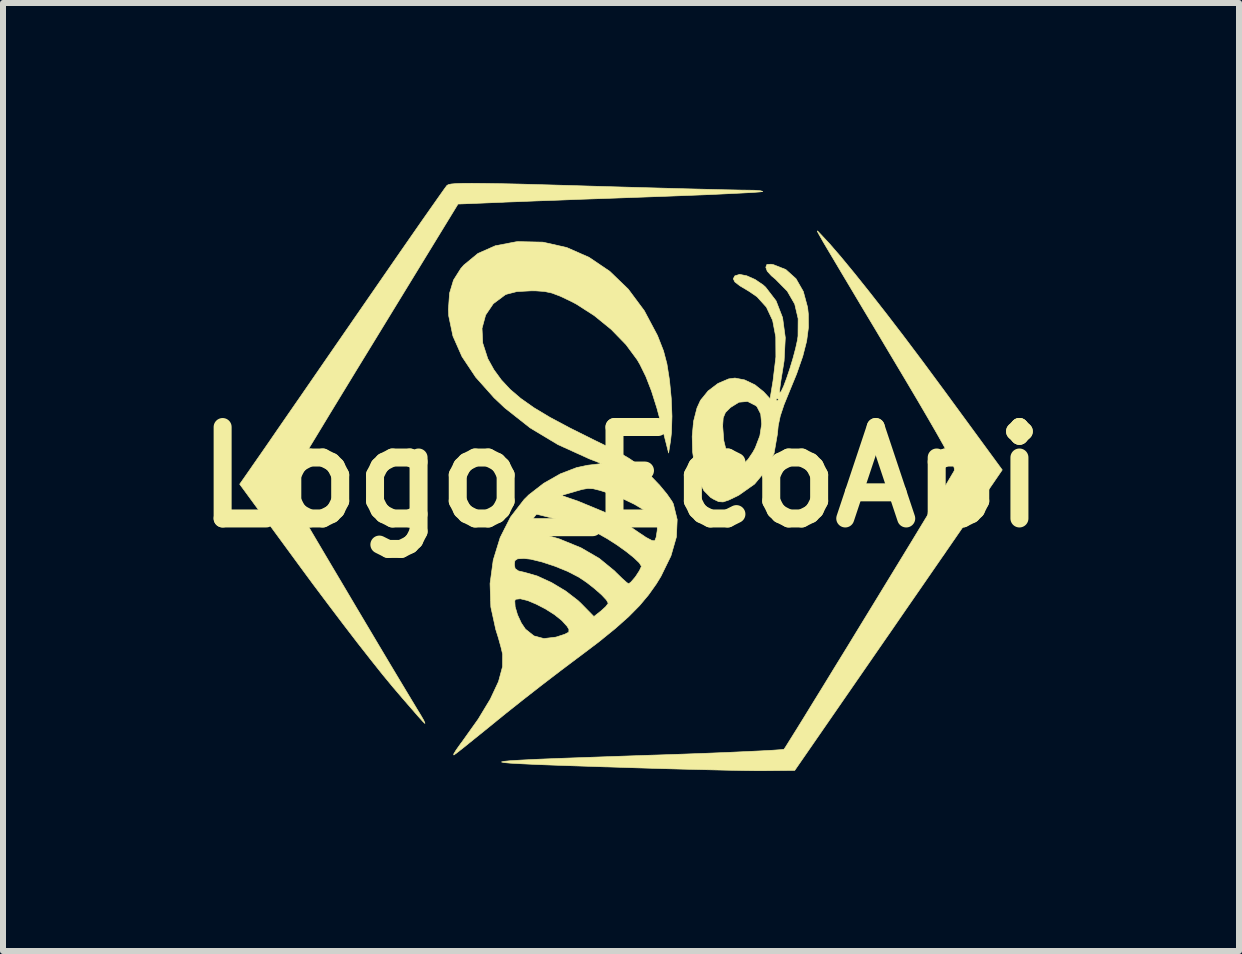
<source format=kicad_pcb>
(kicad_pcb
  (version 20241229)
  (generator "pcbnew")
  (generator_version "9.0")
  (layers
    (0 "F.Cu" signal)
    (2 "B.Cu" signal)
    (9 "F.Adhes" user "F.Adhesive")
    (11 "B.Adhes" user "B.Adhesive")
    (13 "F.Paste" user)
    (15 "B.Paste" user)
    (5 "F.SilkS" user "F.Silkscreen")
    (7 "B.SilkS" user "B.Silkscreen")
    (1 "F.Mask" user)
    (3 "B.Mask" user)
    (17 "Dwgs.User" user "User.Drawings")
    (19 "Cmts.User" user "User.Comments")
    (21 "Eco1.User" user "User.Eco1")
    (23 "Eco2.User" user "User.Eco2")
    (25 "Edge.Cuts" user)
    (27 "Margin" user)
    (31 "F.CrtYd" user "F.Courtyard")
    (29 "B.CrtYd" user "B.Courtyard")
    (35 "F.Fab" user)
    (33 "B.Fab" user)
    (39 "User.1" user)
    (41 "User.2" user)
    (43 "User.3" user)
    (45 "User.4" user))
  (footprint "Logo_EcoApi"
    (layer "F.Cu")
    (at 7.301 4.902)
    (property "Reference" "Logo_EcoApi" (at 0 0 0) (layer "F.SilkS") (effects (font (size 1.524 1.524) (thickness 0.3))))
    (attr through_hole)
    (fp_poly (pts (xy 3.281 -4.097) (xy 3.297 -4.08) (xy 3.317 -4.059) (xy 3.332 -4.043) (xy 3.475 -3.89) (xy 3.66 -3.676) (xy 3.882 -3.407) (xy 4.135 -3.091) (xy 4.413 -2.736) (xy 4.71 -2.349) (xy 5.02 -1.937) (xy 5.336 -1.509) (xy 5.352 -1.488) (xy 6.354 -0.12) (xy 6.161 0.162) (xy 6.102 0.247) (xy 6.001 0.394) (xy 5.861 0.597) (xy 5.686 0.85) (xy 5.483 1.144) (xy 5.255 1.474) (xy 5.008 1.832) (xy 4.745 2.212) (xy 4.473 2.607) (xy 4.431 2.667) (xy 2.895 4.889) (xy 2.389 4.894) (xy 2.245 4.894) (xy 2.027 4.891) (xy 1.745 4.885) (xy 1.411 4.877) (xy 1.035 4.868) (xy 0.628 4.857) (xy 0.201 4.844) (xy -0.237 4.83) (xy -0.254 4.83) (xy -0.707 4.815) (xy -1.094 4.802) (xy -1.413 4.79) (xy -1.664 4.778) (xy -1.845 4.768) (xy -1.955 4.758) (xy -1.993 4.748) (xy -1.956 4.738) (xy -1.845 4.727) (xy -1.657 4.716) (xy -1.391 4.703) (xy -1.046 4.689) (xy -0.621 4.674) (xy -0.114 4.656) (xy 0.475 4.636) (xy 0.635 4.631) (xy 1.044 4.617) (xy 1.427 4.603) (xy 1.776 4.589) (xy 2.082 4.575) (xy 2.337 4.563) (xy 2.533 4.552) (xy 2.662 4.543) (xy 2.715 4.536) (xy 2.716 4.536) (xy 2.744 4.495) (xy 2.81 4.389) (xy 2.912 4.226) (xy 3.044 4.013) (xy 3.201 3.757) (xy 3.38 3.467) (xy 3.575 3.148) (xy 3.783 2.81) (xy 3.997 2.459) (xy 4.215 2.103) (xy 4.431 1.749) (xy 4.641 1.405) (xy 4.84 1.079) (xy 5.023 0.777) (xy 5.187 0.507) (xy 5.326 0.277) (xy 5.436 0.094) (xy 5.512 -0.035) (xy 5.551 -0.101) (xy 5.554 -0.107) (xy 5.556 -0.137) (xy 5.543 -0.189) (xy 5.51 -0.269) (xy 5.455 -0.381) (xy 5.374 -0.532) (xy 5.264 -0.727) (xy 5.122 -0.973) (xy 4.946 -1.274) (xy 4.731 -1.637) (xy 4.507 -2.012) (xy 4.239 -2.462) (xy 4.01 -2.844) (xy 3.82 -3.163) (xy 3.663 -3.426) (xy 3.538 -3.637) (xy 3.44 -3.801) (xy 3.368 -3.923) (xy 3.319 -4.01) (xy 3.288 -4.065) (xy 3.273 -4.095) (xy 3.272 -4.103) (xy 3.281 -4.097)) (stroke (width 0.01) (type solid)) (fill yes) (layer "F.SilkS"))
    (fp_poly (pts (xy -2.279 -4.895) (xy -2.018 -4.891) (xy -1.695 -4.884) (xy -1.303 -4.873) (xy -0.837 -4.86) (xy -0.544 -4.851) (xy -0.099 -4.838) (xy 0.329 -4.826) (xy 0.731 -4.815) (xy 1.098 -4.805) (xy 1.422 -4.797) (xy 1.692 -4.79) (xy 1.9 -4.786) (xy 2.036 -4.783) (xy 2.071 -4.783) (xy 2.218 -4.781) (xy 2.321 -4.773) (xy 2.362 -4.762) (xy 2.361 -4.76) (xy 2.315 -4.753) (xy 2.193 -4.744) (xy 2.004 -4.734) (xy 1.758 -4.722) (xy 1.463 -4.708) (xy 1.127 -4.695) (xy 0.76 -4.681) (xy 0.565 -4.674) (xy 0.149 -4.659) (xy -0.271 -4.644) (xy -0.681 -4.63) (xy -1.067 -4.615) (xy -1.414 -4.603) (xy -1.708 -4.591) (xy -1.934 -4.583) (xy -1.962 -4.581) (xy -2.717 -4.551) (xy -4.152 -2.204) (xy -4.4 -1.799) (xy -4.634 -1.415) (xy -4.851 -1.059) (xy -5.047 -0.735) (xy -5.219 -0.452) (xy -5.362 -0.214) (xy -5.473 -0.028) (xy -5.549 0.101) (xy -5.585 0.165) (xy -5.588 0.172) (xy -5.567 0.211) (xy -5.508 0.315) (xy -5.414 0.475) (xy -5.292 0.683) (xy -5.146 0.932) (xy -4.98 1.213) (xy -4.8 1.517) (xy -4.61 1.837) (xy -4.416 2.165) (xy -4.221 2.493) (xy -4.032 2.811) (xy -3.852 3.113) (xy -3.686 3.39) (xy -3.54 3.633) (xy -3.418 3.836) (xy -3.337 3.969) (xy -3.287 4.056) (xy -3.268 4.104) (xy -3.27 4.106) (xy -3.301 4.076) (xy -3.379 3.99) (xy -3.493 3.859) (xy -3.637 3.693) (xy -3.801 3.501) (xy -3.826 3.471) (xy -3.977 3.288) (xy -4.168 3.048) (xy -4.39 2.765) (xy -4.631 2.451) (xy -4.883 2.118) (xy -5.136 1.781) (xy -5.36 1.477) (xy -6.356 0.118) (xy -6.189 -0.121) (xy -6.136 -0.198) (xy -6.039 -0.337) (xy -5.903 -0.533) (xy -5.734 -0.779) (xy -5.535 -1.067) (xy -5.31 -1.392) (xy -5.066 -1.746) (xy -4.806 -2.123) (xy -4.535 -2.515) (xy -4.489 -2.582) (xy -4.22 -2.971) (xy -3.965 -3.34) (xy -3.728 -3.683) (xy -3.512 -3.994) (xy -3.322 -4.267) (xy -3.162 -4.495) (xy -3.036 -4.674) (xy -2.949 -4.797) (xy -2.904 -4.858) (xy -2.9 -4.862) (xy -2.877 -4.875) (xy -2.831 -4.885) (xy -2.754 -4.892) (xy -2.64 -4.896) (xy -2.484 -4.897) (xy -2.279 -4.895)) (stroke (width 0.01) (type solid)) (fill yes) (layer "F.SilkS"))
    (fp_poly (pts (xy 2.54 -3.541) (xy 2.747 -3.459) (xy 2.916 -3.307) (xy 3.038 -3.094) (xy 3.11 -2.828) (xy 3.122 -2.716) (xy 3.124 -2.497) (xy 3.094 -2.268) (xy 3.029 -2.014) (xy 2.926 -1.718) (xy 2.812 -1.441) (xy 2.716 -1.205) (xy 2.654 -1.018) (xy 2.62 -0.856) (xy 2.607 -0.72) (xy 2.552 -0.402) (xy 2.423 -0.121) (xy 2.226 0.116) (xy 1.967 0.299) (xy 1.937 0.315) (xy 1.795 0.383) (xy 1.701 0.414) (xy 1.627 0.409) (xy 1.545 0.37) (xy 1.494 0.34) (xy 1.382 0.227) (xy 1.293 0.05) (xy 1.229 -0.172) (xy 1.193 -0.421) (xy 1.186 -0.68) (xy 1.202 -0.853) (xy 1.694 -0.853) (xy 1.713 -0.607) (xy 1.762 -0.407) (xy 1.839 -0.27) (xy 1.867 -0.242) (xy 1.944 -0.193) (xy 2.009 -0.203) (xy 2.048 -0.226) (xy 2.118 -0.297) (xy 2.197 -0.414) (xy 2.237 -0.487) (xy 2.314 -0.689) (xy 2.344 -0.884) (xy 2.328 -1.052) (xy 2.266 -1.173) (xy 2.247 -1.191) (xy 2.109 -1.261) (xy 1.965 -1.248) (xy 1.824 -1.16) (xy 1.74 -1.076) (xy 1.703 -0.987) (xy 1.694 -0.853) (xy 1.202 -0.853) (xy 1.209 -0.93) (xy 1.266 -1.152) (xy 1.324 -1.279) (xy 1.334 -1.291) (xy 2.582 -1.291) (xy 2.603 -1.27) (xy 2.625 -1.291) (xy 2.603 -1.312) (xy 2.582 -1.291) (xy 1.334 -1.291) (xy 1.451 -1.436) (xy 1.616 -1.561) (xy 1.794 -1.637) (xy 1.899 -1.651) (xy 2.06 -1.62) (xy 2.232 -1.538) (xy 2.376 -1.423) (xy 2.379 -1.42) (xy 2.484 -1.306) (xy 2.533 -1.603) (xy 2.581 -2.002) (xy 2.579 -2.336) (xy 2.527 -2.611) (xy 2.423 -2.833) (xy 2.266 -3.006) (xy 2.133 -3.097) (xy 1.981 -3.188) (xy 1.897 -3.253) (xy 1.871 -3.305) (xy 1.895 -3.351) (xy 1.899 -3.355) (xy 1.977 -3.379) (xy 2.096 -3.355) (xy 2.234 -3.294) (xy 2.368 -3.203) (xy 2.41 -3.165) (xy 2.584 -2.938) (xy 2.693 -2.657) (xy 2.738 -2.323) (xy 2.718 -1.937) (xy 2.693 -1.78) (xy 2.666 -1.616) (xy 2.648 -1.488) (xy 2.642 -1.416) (xy 2.644 -1.406) (xy 2.669 -1.428) (xy 2.71 -1.514) (xy 2.76 -1.647) (xy 2.814 -1.808) (xy 2.866 -1.98) (xy 2.91 -2.145) (xy 2.941 -2.286) (xy 2.95 -2.351) (xy 2.952 -2.641) (xy 2.895 -2.884) (xy 2.771 -3.099) (xy 2.572 -3.301) (xy 2.507 -3.355) (xy 2.437 -3.432) (xy 2.413 -3.497) (xy 2.431 -3.544) (xy 2.5 -3.548) (xy 2.54 -3.541)) (stroke (width 0.01) (type solid)) (fill yes) (layer "F.SilkS"))
    (fp_poly (pts (xy -1.302 -3.916) (xy -0.906 -3.827) (xy -0.533 -3.663) (xy -0.188 -3.43) (xy 0.121 -3.132) (xy 0.388 -2.773) (xy 0.608 -2.359) (xy 0.708 -2.104) (xy 0.765 -1.887) (xy 0.808 -1.614) (xy 0.837 -1.314) (xy 0.849 -1.015) (xy 0.841 -0.746) (xy 0.826 -0.609) (xy 0.793 -0.402) (xy 0.694 -0.792) (xy 0.598 -1.149) (xy 0.507 -1.437) (xy 0.415 -1.674) (xy 0.317 -1.874) (xy 0.27 -1.955) (xy 0.083 -2.208) (xy -0.163 -2.461) (xy -0.447 -2.692) (xy -0.746 -2.884) (xy -0.832 -2.929) (xy -1.013 -3.015) (xy -1.15 -3.067) (xy -1.275 -3.094) (xy -1.417 -3.104) (xy -1.492 -3.105) (xy -1.737 -3.092) (xy -1.908 -3.048) (xy -1.932 -3.037) (xy -2.129 -2.89) (xy -2.257 -2.701) (xy -2.317 -2.479) (xy -2.305 -2.233) (xy -2.221 -1.974) (xy -2.119 -1.79) (xy -1.995 -1.62) (xy -1.849 -1.463) (xy -1.671 -1.311) (xy -1.453 -1.157) (xy -1.183 -0.995) (xy -0.853 -0.819) (xy -0.458 -0.622) (xy -0.203 -0.497) (xy -0.008 -0.395) (xy 0.143 -0.306) (xy 0.268 -0.219) (xy 0.383 -0.123) (xy 0.504 -0.01) (xy 0.643 0.135) (xy 0.764 0.281) (xy 0.849 0.403) (xy 0.872 0.447) (xy 0.936 0.707) (xy 0.923 0.997) (xy 0.832 1.313) (xy 0.666 1.653) (xy 0.588 1.781) (xy 0.458 1.964) (xy 0.308 2.143) (xy 0.126 2.327) (xy -0.097 2.525) (xy -0.371 2.747) (xy -0.707 3.001) (xy -0.741 3.026) (xy -1.012 3.23) (xy -1.319 3.465) (xy -1.633 3.71) (xy -1.925 3.942) (xy -2.074 4.063) (xy -2.278 4.229) (xy -2.462 4.377) (xy -2.614 4.5) (xy -2.725 4.587) (xy -2.783 4.63) (xy -2.786 4.632) (xy -2.79 4.618) (xy -2.75 4.551) (xy -2.674 4.444) (xy -2.654 4.418) (xy -2.381 4.035) (xy -2.178 3.699) (xy -2.042 3.408) (xy -1.975 3.159) (xy -1.974 2.951) (xy -1.974 2.95) (xy -2 2.839) (xy -2.043 2.684) (xy -2.088 2.54) (xy -2.17 2.165) (xy -2.174 2.059) (xy -1.771 2.059) (xy -1.765 2.16) (xy -1.725 2.296) (xy -1.661 2.434) (xy -1.593 2.534) (xy -1.451 2.647) (xy -1.286 2.691) (xy -1.085 2.667) (xy -0.943 2.621) (xy -0.871 2.585) (xy -0.868 2.539) (xy -0.899 2.487) (xy -0.986 2.391) (xy -1.111 2.291) (xy -1.26 2.197) (xy -1.415 2.117) (xy -1.559 2.057) (xy -1.678 2.028) (xy -1.753 2.036) (xy -1.771 2.059) (xy -2.174 2.059) (xy -2.183 1.774) (xy -2.14 1.457) (xy -1.778 1.457) (xy -1.765 1.525) (xy -1.71 1.564) (xy -1.606 1.588) (xy -1.395 1.649) (xy -1.158 1.758) (xy -0.923 1.899) (xy -0.719 2.056) (xy -0.66 2.112) (xy -0.452 2.324) (xy -0.334 2.231) (xy -0.255 2.159) (xy -0.215 2.106) (xy -0.214 2.101) (xy -0.244 2.047) (xy -0.325 1.961) (xy -0.441 1.859) (xy -0.572 1.756) (xy -0.7 1.67) (xy -0.709 1.665) (xy -0.891 1.571) (xy -1.103 1.485) (xy -1.318 1.414) (xy -1.507 1.368) (xy -1.619 1.356) (xy -1.724 1.362) (xy -1.769 1.392) (xy -1.778 1.457) (xy -2.14 1.457) (xy -2.13 1.383) (xy -2.015 1.009) (xy -1.944 0.868) (xy -1.609 0.868) (xy -1.471 0.902) (xy -1.033 1.029) (xy -0.668 1.178) (xy -0.363 1.355) (xy -0.108 1.564) (xy -0.079 1.594) (xy 0.021 1.691) (xy 0.096 1.758) (xy 0.128 1.778) (xy 0.167 1.747) (xy 0.232 1.672) (xy 0.246 1.653) (xy 0.307 1.559) (xy 0.338 1.492) (xy 0.339 1.486) (xy 0.305 1.43) (xy 0.215 1.344) (xy 0.084 1.239) (xy -0.07 1.129) (xy -0.231 1.026) (xy -0.382 0.941) (xy -0.408 0.929) (xy -0.586 0.854) (xy -0.805 0.778) (xy -1.019 0.715) (xy -1.045 0.708) (xy -1.409 0.618) (xy -1.509 0.743) (xy -1.609 0.868) (xy -1.944 0.868) (xy -1.842 0.667) (xy -1.615 0.373) (xy -1.547 0.306) (xy -0.995 0.306) (xy -0.72 0.4) (xy -0.271 0.586) (xy 0.15 0.824) (xy 0.296 0.924) (xy 0.417 1.005) (xy 0.512 1.055) (xy 0.561 1.063) (xy 0.561 1.063) (xy 0.585 1.004) (xy 0.602 0.897) (xy 0.604 0.871) (xy 0.604 0.781) (xy 0.581 0.715) (xy 0.521 0.65) (xy 0.406 0.565) (xy 0.381 0.548) (xy 0.221 0.452) (xy 0.021 0.356) (xy -0.177 0.278) (xy -0.184 0.276) (xy -0.35 0.222) (xy -0.463 0.194) (xy -0.553 0.189) (xy -0.646 0.205) (xy -0.755 0.236) (xy -0.995 0.306) (xy -1.547 0.306) (xy -1.537 0.296) (xy -1.288 0.103) (xy -1.012 -0.054) (xy -0.736 -0.16) (xy -0.554 -0.198) (xy -0.326 -0.225) (xy -0.528 -0.304) (xy -1.052 -0.542) (xy -1.516 -0.821) (xy -1.938 -1.154) (xy -2.117 -1.323) (xy -2.422 -1.665) (xy -2.651 -2.009) (xy -2.802 -2.351) (xy -2.872 -2.686) (xy -2.877 -2.794) (xy -2.858 -3.065) (xy -2.792 -3.284) (xy -2.671 -3.476) (xy -2.62 -3.534) (xy -2.386 -3.727) (xy -2.095 -3.856) (xy -1.749 -3.922) (xy -1.715 -3.925) (xy -1.302 -3.916)) (stroke (width 0.01) (type solid)) (fill yes) (layer "F.SilkS")))
  (gr_rect
    (start -3 -3)
    (end 17.601 12.801)
    (stroke (width 0.1) (type default))
    (fill no)
    (layer "Edge.Cuts")))
</source>
